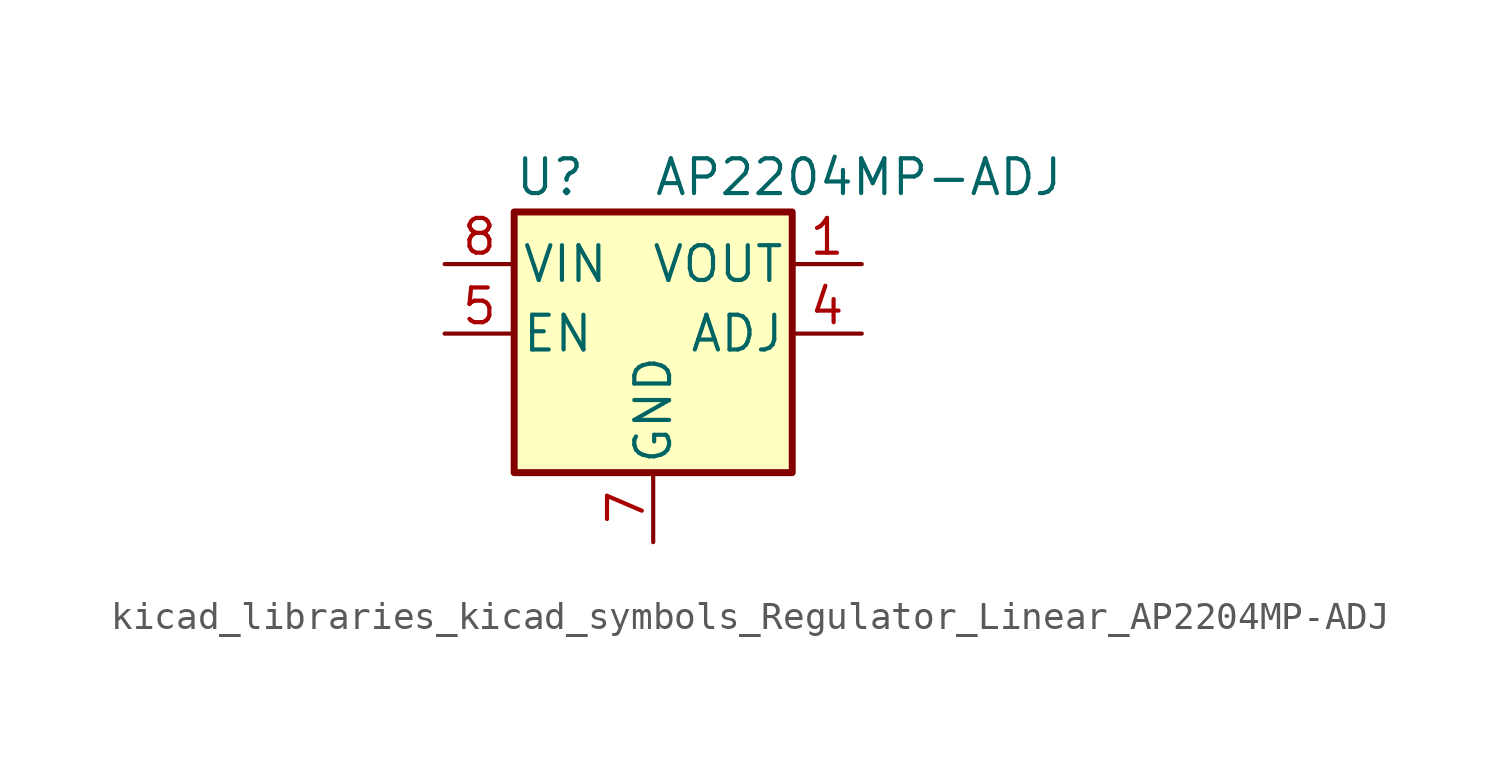
<source format=kicad_sym>
(kicad_symbol_lib
  (version 20220914)
  (generator kicad_symbol_editor)
  (symbol "kicad_libraries_kicad_symbols_Regulator_Linear_AP2204MP-ADJ"
    (pin_names
      (offset 0.254))
    (property "Reference" "U"
      (at -5.08 5.715 0)
      (effects (font (size 1.27 1.27)) (justify left)))
    (property "Value" "AP2204MP-ADJ"
      (at 0 5.715 0)
      (effects (font (size 1.27 1.27)) (justify left)))
    (symbol "kicad_libraries_kicad_symbols_Regulator_Linear_AP2204MP-ADJ_0_1"
      (rectangle (start -5.08 4.445) (end 5.08 -5.08) (stroke (width 0.254) (type default)) (fill (type background))))
    (symbol "kicad_libraries_kicad_symbols_Regulator_Linear_AP2204MP-ADJ_1_1"
      (pin power_out line (at 7.62 2.54 180) (length 2.54) (name "VOUT" (effects (font (size 1.27 1.27)))) (number "1" (effects (font (size 1.27 1.27)))))
      (pin no_connect line (at -5.08 -2.54 0) (length 2.54) hide (name "NC" (effects (font (size 1.27 1.27)))) (number "2" (effects (font (size 1.27 1.27)))))
      (pin no_connect line (at -2.54 -5.08 90) (length 2.54) hide (name "NC" (effects (font (size 1.27 1.27)))) (number "3" (effects (font (size 1.27 1.27)))))
      (pin input line (at 7.62 0 180) (length 2.54) (name "ADJ" (effects (font (size 1.27 1.27)))) (number "4" (effects (font (size 1.27 1.27)))))
      (pin input line (at -7.62 0 0) (length 2.54) (name "EN" (effects (font (size 1.27 1.27)))) (number "5" (effects (font (size 1.27 1.27)))))
      (pin no_connect line (at 5.08 -2.54 180) (length 2.54) hide (name "NC" (effects (font (size 1.27 1.27)))) (number "6" (effects (font (size 1.27 1.27)))))
      (pin power_in line (at 0 -7.62 90) (length 2.54) (name "GND" (effects (font (size 1.27 1.27)))) (number "7" (effects (font (size 1.27 1.27)))))
      (pin power_in line (at -7.62 2.54 0) (length 2.54) (name "VIN" (effects (font (size 1.27 1.27)))) (number "8" (effects (font (size 1.27 1.27)))))
      (pin passive line (at 0 -7.62 90) (length 2.54) hide (name "GND" (effects (font (size 1.27 1.27)))) (number "9" (effects (font (size 1.27 1.27))))))))
</source>
